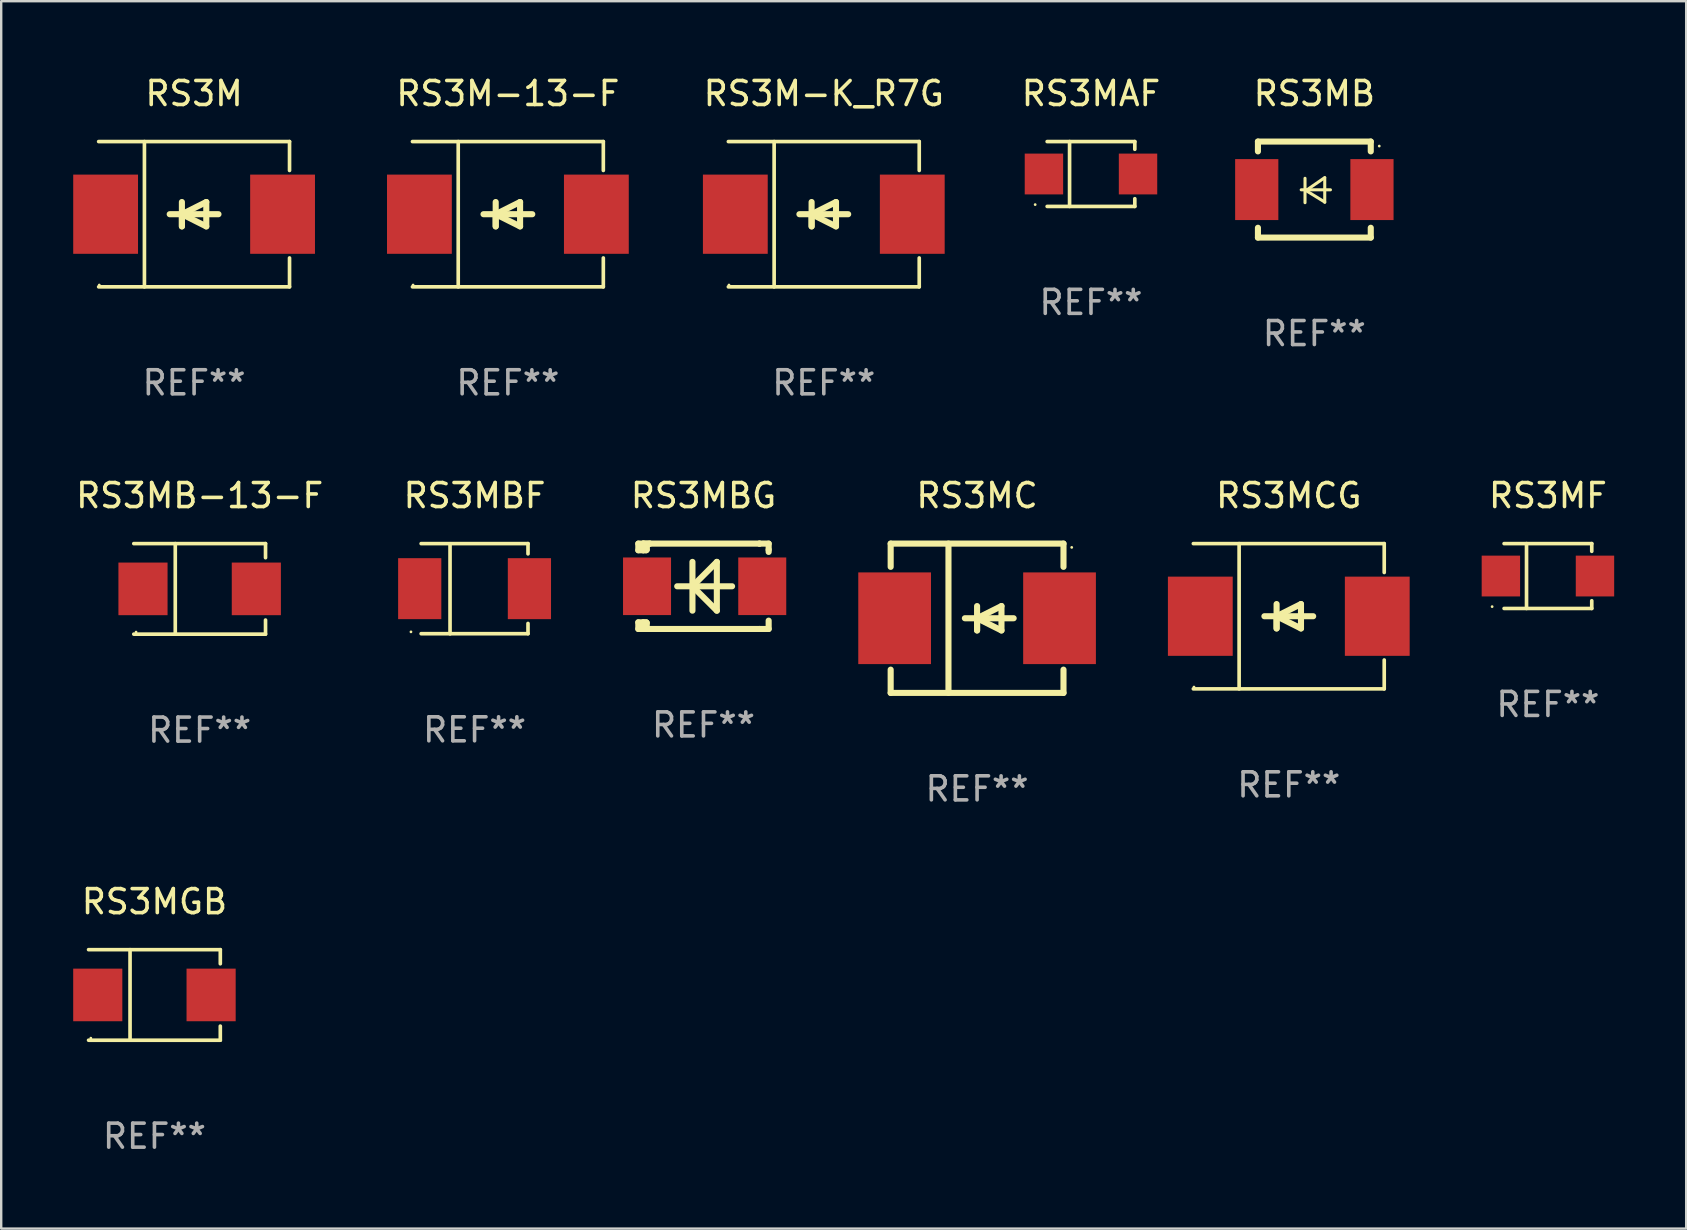
<source format=kicad_pcb>
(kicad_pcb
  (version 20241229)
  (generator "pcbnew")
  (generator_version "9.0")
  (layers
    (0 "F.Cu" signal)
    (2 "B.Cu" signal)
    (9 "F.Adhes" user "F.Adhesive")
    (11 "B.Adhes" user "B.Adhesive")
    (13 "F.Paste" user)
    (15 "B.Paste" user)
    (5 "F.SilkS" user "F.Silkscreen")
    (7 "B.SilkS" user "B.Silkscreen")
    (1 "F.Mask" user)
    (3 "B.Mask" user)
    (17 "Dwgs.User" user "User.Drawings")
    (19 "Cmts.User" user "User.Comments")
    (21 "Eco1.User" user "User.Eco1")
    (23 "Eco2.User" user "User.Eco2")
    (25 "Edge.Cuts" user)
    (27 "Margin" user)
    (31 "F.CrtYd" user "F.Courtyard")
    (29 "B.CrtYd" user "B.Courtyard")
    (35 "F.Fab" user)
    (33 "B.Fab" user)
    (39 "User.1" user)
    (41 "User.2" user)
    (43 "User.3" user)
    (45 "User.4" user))
  (footprint "RS3MCG"
    (layer "F.Cu")
    (at 50.642 22.623)
    (property "Reference" "RS3MCG" (at 0 -5.026 0) (layer "F.SilkS") (effects (font (size 1 1) (thickness 0.15))))
    (attr through_hole)
    (fp_line (start -3.976 -3.026) (end 3.976 -3.026) (stroke (width 0.152) (type solid)) (layer "F.SilkS"))
    (fp_line (start -3.976 3.026) (end 3.976 3.026) (stroke (width 0.152) (type solid)) (layer "F.SilkS"))
    (fp_line (start -2.069 -3.026) (end -2.069 3.026) (stroke (width 0.152) (type solid)) (layer "F.SilkS"))
    (fp_line (start -0.508 0) (end -0.508 0.508) (stroke (width 0.254) (type solid)) (layer "F.SilkS"))
    (fp_line (start -0.508 0) (end 0.508 0.508) (stroke (width 0.254) (type solid)) (layer "F.SilkS"))
    (fp_line (start -0.508 0.508) (end -0.508 -0.508) (stroke (width 0.254) (type solid)) (layer "F.SilkS"))
    (fp_line (start 0.508 -0.508) (end -0.508 0) (stroke (width 0.254) (type solid)) (layer "F.SilkS"))
    (fp_line (start 0.508 0.508) (end 0.508 -0.508) (stroke (width 0.254) (type solid)) (layer "F.SilkS"))
    (fp_line (start 1.016 0) (end -1.016 0) (stroke (width 0.254) (type solid)) (layer "F.SilkS"))
    (fp_line (start 3.976 -3.026) (end 3.976 -1.823) (stroke (width 0.152) (type solid)) (layer "F.SilkS"))
    (fp_line (start 3.976 3.026) (end 3.976 1.823) (stroke (width 0.152) (type solid)) (layer "F.SilkS"))
    (fp_circle (center -3.95 2.95) (end -3.92 2.95) (stroke (width 0.06) (type solid)) (fill no) (layer "F.SilkS"))
    (fp_text user "REF**" (at 0 7.026 0) (layer "F.Fab") (effects (font (size 1 1) (thickness 0.15))))
    (pad "1" smd rect (at -3.686 0) (size 2.7 3.3) (layers "F.Cu" "F.Mask" "F.Paste"))
    (pad "2" smd rect (at 3.686 0) (size 2.7 3.3) (layers "F.Cu" "F.Mask" "F.Paste")))
  (footprint "RS3MAF"
    (layer "F.Cu")
    (at 42.401 4.199)
    (property "Reference" "RS3MAF" (at 0 -3.351 0) (layer "F.SilkS") (effects (font (size 1 1) (thickness 0.15))))
    (attr through_hole)
    (fp_line (start -1.826 -1.351) (end 1.826 -1.351) (stroke (width 0.152) (type solid)) (layer "F.SilkS"))
    (fp_line (start -1.826 1.351) (end 1.826 1.351) (stroke (width 0.152) (type solid)) (layer "F.SilkS"))
    (fp_line (start -0.892 -1.351) (end -0.892 1.351) (stroke (width 0.152) (type solid)) (layer "F.SilkS"))
    (fp_line (start 1.826 -1.351) (end 1.826 -1.03) (stroke (width 0.152) (type solid)) (layer "F.SilkS"))
    (fp_line (start 1.826 1.03) (end 1.826 1.351) (stroke (width 0.152) (type solid)) (layer "F.SilkS"))
    (fp_circle (center -2.325 1.275) (end -2.295 1.275) (stroke (width 0.06) (type solid)) (fill no) (layer "F.SilkS"))
    (fp_text user "REF**" (at 0 5.351 0) (layer "F.Fab") (effects (font (size 1 1) (thickness 0.15))))
    (pad "1" smd rect (at -1.96 0 180) (size 1.6 1.7) (layers "F.Cu" "F.Mask" "F.Paste"))
    (pad "2" smd rect (at 1.96 0 180) (size 1.6 1.7) (layers "F.Cu" "F.Mask" "F.Paste")))
  (footprint "RS3MBF"
    (layer "F.Cu")
    (at 16.721 21.477)
    (property "Reference" "RS3MBF" (at 0 -3.88 0) (layer "F.SilkS") (effects (font (size 1 1) (thickness 0.15))))
    (attr through_hole)
    (fp_line (start -2.226 -1.88) (end 2.226 -1.88) (stroke (width 0.152) (type solid)) (layer "F.SilkS"))
    (fp_line (start -2.226 1.873) (end 2.226 1.873) (stroke (width 0.152) (type solid)) (layer "F.SilkS"))
    (fp_line (start -1.022 -1.873) (end -1.022 1.88) (stroke (width 0.152) (type solid)) (layer "F.SilkS"))
    (fp_line (start 2.226 -1.88) (end 2.226 -1.453) (stroke (width 0.152) (type solid)) (layer "F.SilkS"))
    (fp_line (start 2.226 1.447) (end 2.226 1.873) (stroke (width 0.152) (type solid)) (layer "F.SilkS"))
    (fp_circle (center -2.65 1.797) (end -2.62 1.797) (stroke (width 0.06) (type solid)) (fill no) (layer "F.SilkS"))
    (fp_text user "REF**" (at 0 5.88 0) (layer "F.Fab") (effects (font (size 1 1) (thickness 0.15))))
    (pad "1" smd rect (at -2.285 -0.003) (size 1.8 2.54) (layers "F.Cu" "F.Mask" "F.Paste"))
    (pad "2" smd rect (at 2.285 -0.003) (size 1.8 2.54) (layers "F.Cu" "F.Mask" "F.Paste")))
  (footprint "RS3MBG"
    (layer "F.Cu")
    (at 26.258 21.375)
    (property "Reference" "RS3MBG" (at 0 -3.778 0) (layer "F.SilkS") (effects (font (size 1 1) (thickness 0.15))))
    (attr through_hole)
    (fp_line (start -2.715 -1.778) (end -2.715 -1.501) (stroke (width 0.254) (type solid)) (layer "F.SilkS"))
    (fp_line (start -2.715 -1.501) (end -2.505 -1.501) (stroke (width 0.254) (type solid)) (layer "F.SilkS"))
    (fp_line (start -2.715 1.501) (end -2.715 1.778) (stroke (width 0.254) (type solid)) (layer "F.SilkS"))
    (fp_line (start -2.715 1.501) (end -2.505 1.501) (stroke (width 0.254) (type solid)) (layer "F.SilkS"))
    (fp_line (start -2.715 1.778) (end -2.504 1.778) (stroke (width 0.254) (type solid)) (layer "F.SilkS"))
    (fp_line (start -2.505 -1.778) (end -2.715 -1.778) (stroke (width 0.254) (type solid)) (layer "F.SilkS"))
    (fp_line (start -2.505 -1.778) (end -2.238 -1.778) (stroke (width 0.254) (type solid)) (layer "F.SilkS"))
    (fp_line (start -2.505 -1.501) (end -2.505 -1.651) (stroke (width 0.254) (type solid)) (layer "F.SilkS"))
    (fp_line (start -2.505 -1.501) (end -2.388 -1.501) (stroke (width 0.254) (type solid)) (layer "F.SilkS"))
    (fp_line (start -2.505 1.501) (end -2.505 1.778) (stroke (width 0.254) (type solid)) (layer "F.SilkS"))
    (fp_line (start -2.505 1.501) (end -2.388 1.501) (stroke (width 0.254) (type solid)) (layer "F.SilkS"))
    (fp_line (start -2.388 1.501) (end -2.365 1.524) (stroke (width 0.254) (type solid)) (layer "F.SilkS"))
    (fp_line (start -2.388 -1.501) (end -2.365 -1.524) (stroke (width 0.254) (type solid)) (layer "F.SilkS"))
    (fp_line (start -2.365 -1.651) (end -2.505 -1.778) (stroke (width 0.254) (type solid)) (layer "F.SilkS"))
    (fp_line (start -2.365 -1.524) (end -2.365 -1.651) (stroke (width 0.254) (type solid)) (layer "F.SilkS"))
    (fp_line (start -2.365 1.524) (end -2.365 1.778) (stroke (width 0.254) (type solid)) (layer "F.SilkS"))
    (fp_line (start -2.239 -1.778) (end 2.333 -1.778) (stroke (width 0.254) (type solid)) (layer "F.SilkS"))
    (fp_line (start -2.238 -1.778) (end -2.505 -1.778) (stroke (width 0.254) (type solid)) (layer "F.SilkS"))
    (fp_line (start -1.095 0) (end 1.191 0) (stroke (width 0.254) (type solid)) (layer "F.SilkS"))
    (fp_line (start -0.46 -1.016) (end -0.46 1.016) (stroke (width 0.254) (type solid)) (layer "F.SilkS"))
    (fp_line (start -0.46 -0.000127) (end 0.556 1.016) (stroke (width 0.254) (type solid)) (layer "F.SilkS"))
    (fp_line (start 0.556 -1.016) (end 0.556 1.016) (stroke (width 0.254) (type solid)) (layer "F.SilkS"))
    (fp_line (start 0.556 -1.016) (end -0.46 -0.000127) (stroke (width 0.254) (type solid)) (layer "F.SilkS"))
    (fp_line (start 2.333 -1.778) (end 2.333 -1.778) (stroke (width 0.254) (type solid)) (layer "F.SilkS"))
    (fp_line (start 2.333 -1.778) (end 2.715 -1.778) (stroke (width 0.254) (type solid)) (layer "F.SilkS"))
    (fp_line (start 2.334 1.778) (end -2.504 1.778) (stroke (width 0.254) (type solid)) (layer "F.SilkS"))
    (fp_line (start 2.715 -1.778) (end 2.715 -1.524) (stroke (width 0.254) (type solid)) (layer "F.SilkS"))
    (fp_line (start 2.715 -1.524) (end 2.715 -1.431) (stroke (width 0.254) (type solid)) (layer "F.SilkS"))
    (fp_line (start 2.715 1.431) (end 2.715 1.778) (stroke (width 0.254) (type solid)) (layer "F.SilkS"))
    (fp_line (start 2.715 1.778) (end 2.334 1.778) (stroke (width 0.254) (type solid)) (layer "F.SilkS"))
    (fp_circle (center -2.602 1.8) (end -2.572 1.8) (stroke (width 0.06) (type solid)) (fill no) (layer "F.SilkS"))
    (fp_text user "REF**" (at 0 5.778 0) (layer "F.Fab") (effects (font (size 1 1) (thickness 0.15))))
    (pad "1" smd rect (at -2.352 -0.000076) (size 2 2.4) (layers "F.Cu" "F.Mask" "F.Paste"))
    (pad "2" smd rect (at 2.448 -0.000076) (size 2 2.4) (layers "F.Cu" "F.Mask" "F.Paste")))
  (footprint "RS3MB"
    (layer "F.Cu")
    (at 51.707 4.848)
    (property "Reference" "RS3MB" (at 0 -4 0) (layer "F.SilkS") (effects (font (size 1 1) (thickness 0.15))))
    (attr through_hole)
    (fp_line (start -2.35 -2) (end -2.35 -1.591) (stroke (width 0.254) (type solid)) (layer "F.SilkS"))
    (fp_line (start -2.35 -2) (end 2.35 -2) (stroke (width 0.254) (type solid)) (layer "F.SilkS"))
    (fp_line (start -2.35 1.591) (end -2.35 2) (stroke (width 0.254) (type solid)) (layer "F.SilkS"))
    (fp_line (start -2.35 2) (end 2.35 2) (stroke (width 0.254) (type solid)) (layer "F.SilkS"))
    (fp_line (start -0.548 0.01) (end 0.671 0.01) (stroke (width 0.127) (type solid)) (layer "F.SilkS"))
    (fp_line (start -0.389 -0.47) (end -0.389 0.546) (stroke (width 0.127) (type solid)) (layer "F.SilkS"))
    (fp_line (start -0.35 0.04) (end 0.433 0.52) (stroke (width 0.127) (type solid)) (layer "F.SilkS"))
    (fp_line (start 0.433 -0.5) (end -0.35 0.04) (stroke (width 0.127) (type solid)) (layer "F.SilkS"))
    (fp_line (start 0.433 0.53) (end 0.433 -0.486) (stroke (width 0.127) (type solid)) (layer "F.SilkS"))
    (fp_line (start 2.35 -2) (end 2.35 -1.591) (stroke (width 0.254) (type solid)) (layer "F.SilkS"))
    (fp_line (start 2.35 1.591) (end 2.35 2) (stroke (width 0.254) (type solid)) (layer "F.SilkS"))
    (fp_circle (center 2.704 -1.813) (end 2.734 -1.813) (stroke (width 0.06) (type solid)) (fill no) (layer "F.SilkS"))
    (fp_text user "REF**" (at 0 6 0) (layer "F.Fab") (effects (font (size 1 1) (thickness 0.15))))
    (pad "1" smd rect (at 2.4 0) (size 1.8 2.54) (layers "F.Cu" "F.Mask" "F.Paste"))
    (pad "2" smd rect (at -2.4 0) (size 1.8 2.54) (layers "F.Cu" "F.Mask" "F.Paste")))
  (footprint "RS3M"
    (layer "F.Cu")
    (at 5.036 5.874)
    (property "Reference" "RS3M" (at 0 -5.026 0) (layer "F.SilkS") (effects (font (size 1 1) (thickness 0.15))))
    (attr through_hole)
    (fp_line (start -3.976 -3.026) (end 3.976 -3.026) (stroke (width 0.152) (type solid)) (layer "F.SilkS"))
    (fp_line (start -3.976 3.026) (end 3.976 3.026) (stroke (width 0.152) (type solid)) (layer "F.SilkS"))
    (fp_line (start -2.069 -3.026) (end -2.069 3.026) (stroke (width 0.152) (type solid)) (layer "F.SilkS"))
    (fp_line (start -0.508 0) (end -0.508 0.508) (stroke (width 0.254) (type solid)) (layer "F.SilkS"))
    (fp_line (start -0.508 0) (end 0.508 0.508) (stroke (width 0.254) (type solid)) (layer "F.SilkS"))
    (fp_line (start -0.508 0.508) (end -0.508 -0.508) (stroke (width 0.254) (type solid)) (layer "F.SilkS"))
    (fp_line (start 0.508 -0.508) (end -0.508 0) (stroke (width 0.254) (type solid)) (layer "F.SilkS"))
    (fp_line (start 0.508 0.508) (end 0.508 -0.508) (stroke (width 0.254) (type solid)) (layer "F.SilkS"))
    (fp_line (start 1.016 0) (end -1.016 0) (stroke (width 0.254) (type solid)) (layer "F.SilkS"))
    (fp_line (start 3.976 -3.026) (end 3.976 -1.823) (stroke (width 0.152) (type solid)) (layer "F.SilkS"))
    (fp_line (start 3.976 3.026) (end 3.976 1.823) (stroke (width 0.152) (type solid)) (layer "F.SilkS"))
    (fp_circle (center -3.95 2.95) (end -3.92 2.95) (stroke (width 0.06) (type solid)) (fill no) (layer "F.SilkS"))
    (fp_text user "REF**" (at 0 7.026 0) (layer "F.Fab") (effects (font (size 1 1) (thickness 0.15))))
    (pad "1" smd rect (at -3.686 0) (size 2.7 3.3) (layers "F.Cu" "F.Mask" "F.Paste"))
    (pad "2" smd rect (at 3.686 0) (size 2.7 3.3) (layers "F.Cu" "F.Mask" "F.Paste")))
  (footprint "RS3MGB"
    (layer "F.Cu")
    (at 3.384 38.4)
    (property "Reference" "RS3MGB" (at 0 -3.886 0) (layer "F.SilkS") (effects (font (size 1 1) (thickness 0.15))))
    (attr through_hole)
    (fp_line (start -2.744 -1.886) (end 2.744 -1.886) (stroke (width 0.152) (type solid)) (layer "F.SilkS"))
    (fp_line (start -2.744 1.886) (end 2.744 1.886) (stroke (width 0.152) (type solid)) (layer "F.SilkS"))
    (fp_line (start -1.016 -1.886) (end -1.016 1.886) (stroke (width 0.152) (type solid)) (layer "F.SilkS"))
    (fp_line (start 2.744 -1.886) (end 2.744 -1.299) (stroke (width 0.152) (type solid)) (layer "F.SilkS"))
    (fp_line (start 2.744 1.886) (end 2.744 1.299) (stroke (width 0.152) (type solid)) (layer "F.SilkS"))
    (fp_circle (center -2.65 1.8) (end -2.62 1.8) (stroke (width 0.06) (type solid)) (fill no) (layer "F.SilkS"))
    (fp_text user "REF**" (at 0 5.886 0) (layer "F.Fab") (effects (font (size 1 1) (thickness 0.15))))
    (pad "1" smd rect (at -2.361 0) (size 2.047 2.192) (layers "F.Cu" "F.Mask" "F.Paste"))
    (pad "2" smd rect (at 2.361 0) (size 2.047 2.192) (layers "F.Cu" "F.Mask" "F.Paste")))
  (footprint "RS3MB-13-F"
    (layer "F.Cu")
    (at 5.268 21.483)
    (property "Reference" "RS3MB-13-F" (at 0 -3.886 0) (layer "F.SilkS") (effects (font (size 1 1) (thickness 0.15))))
    (attr through_hole)
    (fp_line (start -2.744 -1.886) (end 2.744 -1.886) (stroke (width 0.152) (type solid)) (layer "F.SilkS"))
    (fp_line (start -2.744 1.886) (end 2.744 1.886) (stroke (width 0.152) (type solid)) (layer "F.SilkS"))
    (fp_line (start -1.016 -1.886) (end -1.016 1.886) (stroke (width 0.152) (type solid)) (layer "F.SilkS"))
    (fp_line (start 2.744 -1.886) (end 2.744 -1.299) (stroke (width 0.152) (type solid)) (layer "F.SilkS"))
    (fp_line (start 2.744 1.886) (end 2.744 1.299) (stroke (width 0.152) (type solid)) (layer "F.SilkS"))
    (fp_circle (center -2.65 1.8) (end -2.62 1.8) (stroke (width 0.06) (type solid)) (fill no) (layer "F.SilkS"))
    (fp_text user "REF**" (at 0 5.886 0) (layer "F.Fab") (effects (font (size 1 1) (thickness 0.15))))
    (pad "1" smd rect (at -2.361 0) (size 2.047 2.192) (layers "F.Cu" "F.Mask" "F.Paste"))
    (pad "2" smd rect (at 2.361 0) (size 2.047 2.192) (layers "F.Cu" "F.Mask" "F.Paste")))
  (footprint "RS3MF"
    (layer "F.Cu")
    (at 61.438 20.948)
    (property "Reference" "RS3MF" (at 0 -3.351 0) (layer "F.SilkS") (effects (font (size 1 1) (thickness 0.15))))
    (attr through_hole)
    (fp_line (start -1.826 -1.351) (end 1.826 -1.351) (stroke (width 0.152) (type solid)) (layer "F.SilkS"))
    (fp_line (start -1.826 1.351) (end 1.826 1.351) (stroke (width 0.152) (type solid)) (layer "F.SilkS"))
    (fp_line (start -0.892 -1.351) (end -0.892 1.351) (stroke (width 0.152) (type solid)) (layer "F.SilkS"))
    (fp_line (start 1.826 -1.351) (end 1.826 -1.03) (stroke (width 0.152) (type solid)) (layer "F.SilkS"))
    (fp_line (start 1.826 1.03) (end 1.826 1.351) (stroke (width 0.152) (type solid)) (layer "F.SilkS"))
    (fp_circle (center -2.325 1.275) (end -2.295 1.275) (stroke (width 0.06) (type solid)) (fill no) (layer "F.SilkS"))
    (fp_text user "REF**" (at 0 5.351 0) (layer "F.Fab") (effects (font (size 1 1) (thickness 0.15))))
    (pad "1" smd rect (at -1.96 0 180) (size 1.6 1.7) (layers "F.Cu" "F.Mask" "F.Paste"))
    (pad "2" smd rect (at 1.96 0 180) (size 1.6 1.7) (layers "F.Cu" "F.Mask" "F.Paste")))
  (footprint "RS3MC"
    (layer "F.Cu")
    (at 37.656 22.707)
    (property "Reference" "RS3MC" (at 0 -5.11 0) (layer "F.SilkS") (effects (font (size 1 1) (thickness 0.15))))
    (attr through_hole)
    (fp_line (start -3.6 -3.11) (end -3.6 -2.141) (stroke (width 0.254) (type solid)) (layer "F.SilkS"))
    (fp_line (start -3.6 -3.11) (end 3.6 -3.11) (stroke (width 0.254) (type solid)) (layer "F.SilkS"))
    (fp_line (start -3.6 2.141) (end -3.6 3.11) (stroke (width 0.254) (type solid)) (layer "F.SilkS"))
    (fp_line (start -3.6 3.11) (end 3.6 3.11) (stroke (width 0.254) (type solid)) (layer "F.SilkS"))
    (fp_line (start -1.192 -3.11) (end -1.192 3.11) (stroke (width 0.254) (type solid)) (layer "F.SilkS"))
    (fp_line (start 0 0) (end 0 0.508) (stroke (width 0.254) (type solid)) (layer "F.SilkS"))
    (fp_line (start 0 0) (end 1.016 0.508) (stroke (width 0.254) (type solid)) (layer "F.SilkS"))
    (fp_line (start 0 0.508) (end 0 -0.508) (stroke (width 0.254) (type solid)) (layer "F.SilkS"))
    (fp_line (start 1.016 -0.508) (end 0 0) (stroke (width 0.254) (type solid)) (layer "F.SilkS"))
    (fp_line (start 1.016 0.508) (end 1.016 -0.508) (stroke (width 0.254) (type solid)) (layer "F.SilkS"))
    (fp_line (start 1.524 0) (end -0.508 0) (stroke (width 0.254) (type solid)) (layer "F.SilkS"))
    (fp_line (start 3.6 -3.11) (end 3.6 -2.141) (stroke (width 0.254) (type solid)) (layer "F.SilkS"))
    (fp_line (start 3.6 2.141) (end 3.6 3.11) (stroke (width 0.254) (type solid)) (layer "F.SilkS"))
    (fp_circle (center 3.943 -2.952) (end 3.973 -2.952) (stroke (width 0.06) (type solid)) (fill no) (layer "F.SilkS"))
    (fp_text user "REF**" (at 0 7.11 0) (layer "F.Fab") (effects (font (size 1 1) (thickness 0.15))))
    (pad "1" smd rect (at 3.435 0 180) (size 3.03 3.82) (layers "F.Cu" "F.Mask" "F.Paste"))
    (pad "2" smd rect (at -3.435 0 180) (size 3.03 3.82) (layers "F.Cu" "F.Mask" "F.Paste")))
  (footprint "RS3M-K_R7G"
    (layer "F.Cu")
    (at 31.27 5.874)
    (property "Reference" "RS3M-K_R7G" (at 0 -5.026 0) (layer "F.SilkS") (effects (font (size 1 1) (thickness 0.15))))
    (attr through_hole)
    (fp_line (start -3.976 -3.026) (end 3.976 -3.026) (stroke (width 0.152) (type solid)) (layer "F.SilkS"))
    (fp_line (start -3.976 3.026) (end 3.976 3.026) (stroke (width 0.152) (type solid)) (layer "F.SilkS"))
    (fp_line (start -2.069 -3.026) (end -2.069 3.026) (stroke (width 0.152) (type solid)) (layer "F.SilkS"))
    (fp_line (start -0.508 0) (end -0.508 0.508) (stroke (width 0.254) (type solid)) (layer "F.SilkS"))
    (fp_line (start -0.508 0) (end 0.508 0.508) (stroke (width 0.254) (type solid)) (layer "F.SilkS"))
    (fp_line (start -0.508 0.508) (end -0.508 -0.508) (stroke (width 0.254) (type solid)) (layer "F.SilkS"))
    (fp_line (start 0.508 -0.508) (end -0.508 0) (stroke (width 0.254) (type solid)) (layer "F.SilkS"))
    (fp_line (start 0.508 0.508) (end 0.508 -0.508) (stroke (width 0.254) (type solid)) (layer "F.SilkS"))
    (fp_line (start 1.016 0) (end -1.016 0) (stroke (width 0.254) (type solid)) (layer "F.SilkS"))
    (fp_line (start 3.976 -3.026) (end 3.976 -1.823) (stroke (width 0.152) (type solid)) (layer "F.SilkS"))
    (fp_line (start 3.976 3.026) (end 3.976 1.823) (stroke (width 0.152) (type solid)) (layer "F.SilkS"))
    (fp_circle (center -3.95 2.95) (end -3.92 2.95) (stroke (width 0.06) (type solid)) (fill no) (layer "F.SilkS"))
    (fp_text user "REF**" (at 0 7.026 0) (layer "F.Fab") (effects (font (size 1 1) (thickness 0.15))))
    (pad "1" smd rect (at -3.686 0) (size 2.7 3.3) (layers "F.Cu" "F.Mask" "F.Paste"))
    (pad "2" smd rect (at 3.686 0) (size 2.7 3.3) (layers "F.Cu" "F.Mask" "F.Paste")))
  (footprint "RS3M-13-F"
    (layer "F.Cu")
    (at 18.109 5.874)
    (property "Reference" "RS3M-13-F" (at 0 -5.026 0) (layer "F.SilkS") (effects (font (size 1 1) (thickness 0.15))))
    (attr through_hole)
    (fp_line (start -3.976 -3.026) (end 3.976 -3.026) (stroke (width 0.152) (type solid)) (layer "F.SilkS"))
    (fp_line (start -3.976 3.026) (end 3.976 3.026) (stroke (width 0.152) (type solid)) (layer "F.SilkS"))
    (fp_line (start -2.069 -3.026) (end -2.069 3.026) (stroke (width 0.152) (type solid)) (layer "F.SilkS"))
    (fp_line (start -0.508 0) (end -0.508 0.508) (stroke (width 0.254) (type solid)) (layer "F.SilkS"))
    (fp_line (start -0.508 0) (end 0.508 0.508) (stroke (width 0.254) (type solid)) (layer "F.SilkS"))
    (fp_line (start -0.508 0.508) (end -0.508 -0.508) (stroke (width 0.254) (type solid)) (layer "F.SilkS"))
    (fp_line (start 0.508 -0.508) (end -0.508 0) (stroke (width 0.254) (type solid)) (layer "F.SilkS"))
    (fp_line (start 0.508 0.508) (end 0.508 -0.508) (stroke (width 0.254) (type solid)) (layer "F.SilkS"))
    (fp_line (start 1.016 0) (end -1.016 0) (stroke (width 0.254) (type solid)) (layer "F.SilkS"))
    (fp_line (start 3.976 -3.026) (end 3.976 -1.823) (stroke (width 0.152) (type solid)) (layer "F.SilkS"))
    (fp_line (start 3.976 3.026) (end 3.976 1.823) (stroke (width 0.152) (type solid)) (layer "F.SilkS"))
    (fp_circle (center -3.95 2.95) (end -3.92 2.95) (stroke (width 0.06) (type solid)) (fill no) (layer "F.SilkS"))
    (fp_text user "REF**" (at 0 7.026 0) (layer "F.Fab") (effects (font (size 1 1) (thickness 0.15))))
    (pad "1" smd rect (at -3.686 0) (size 2.7 3.3) (layers "F.Cu" "F.Mask" "F.Paste"))
    (pad "2" smd rect (at 3.686 0) (size 2.7 3.3) (layers "F.Cu" "F.Mask" "F.Paste")))
  (gr_rect
    (start -3 -3)
    (end 67.198 48.134)
    (stroke (width 0.1) (type default))
    (fill no)
    (layer "Edge.Cuts")))
</source>
